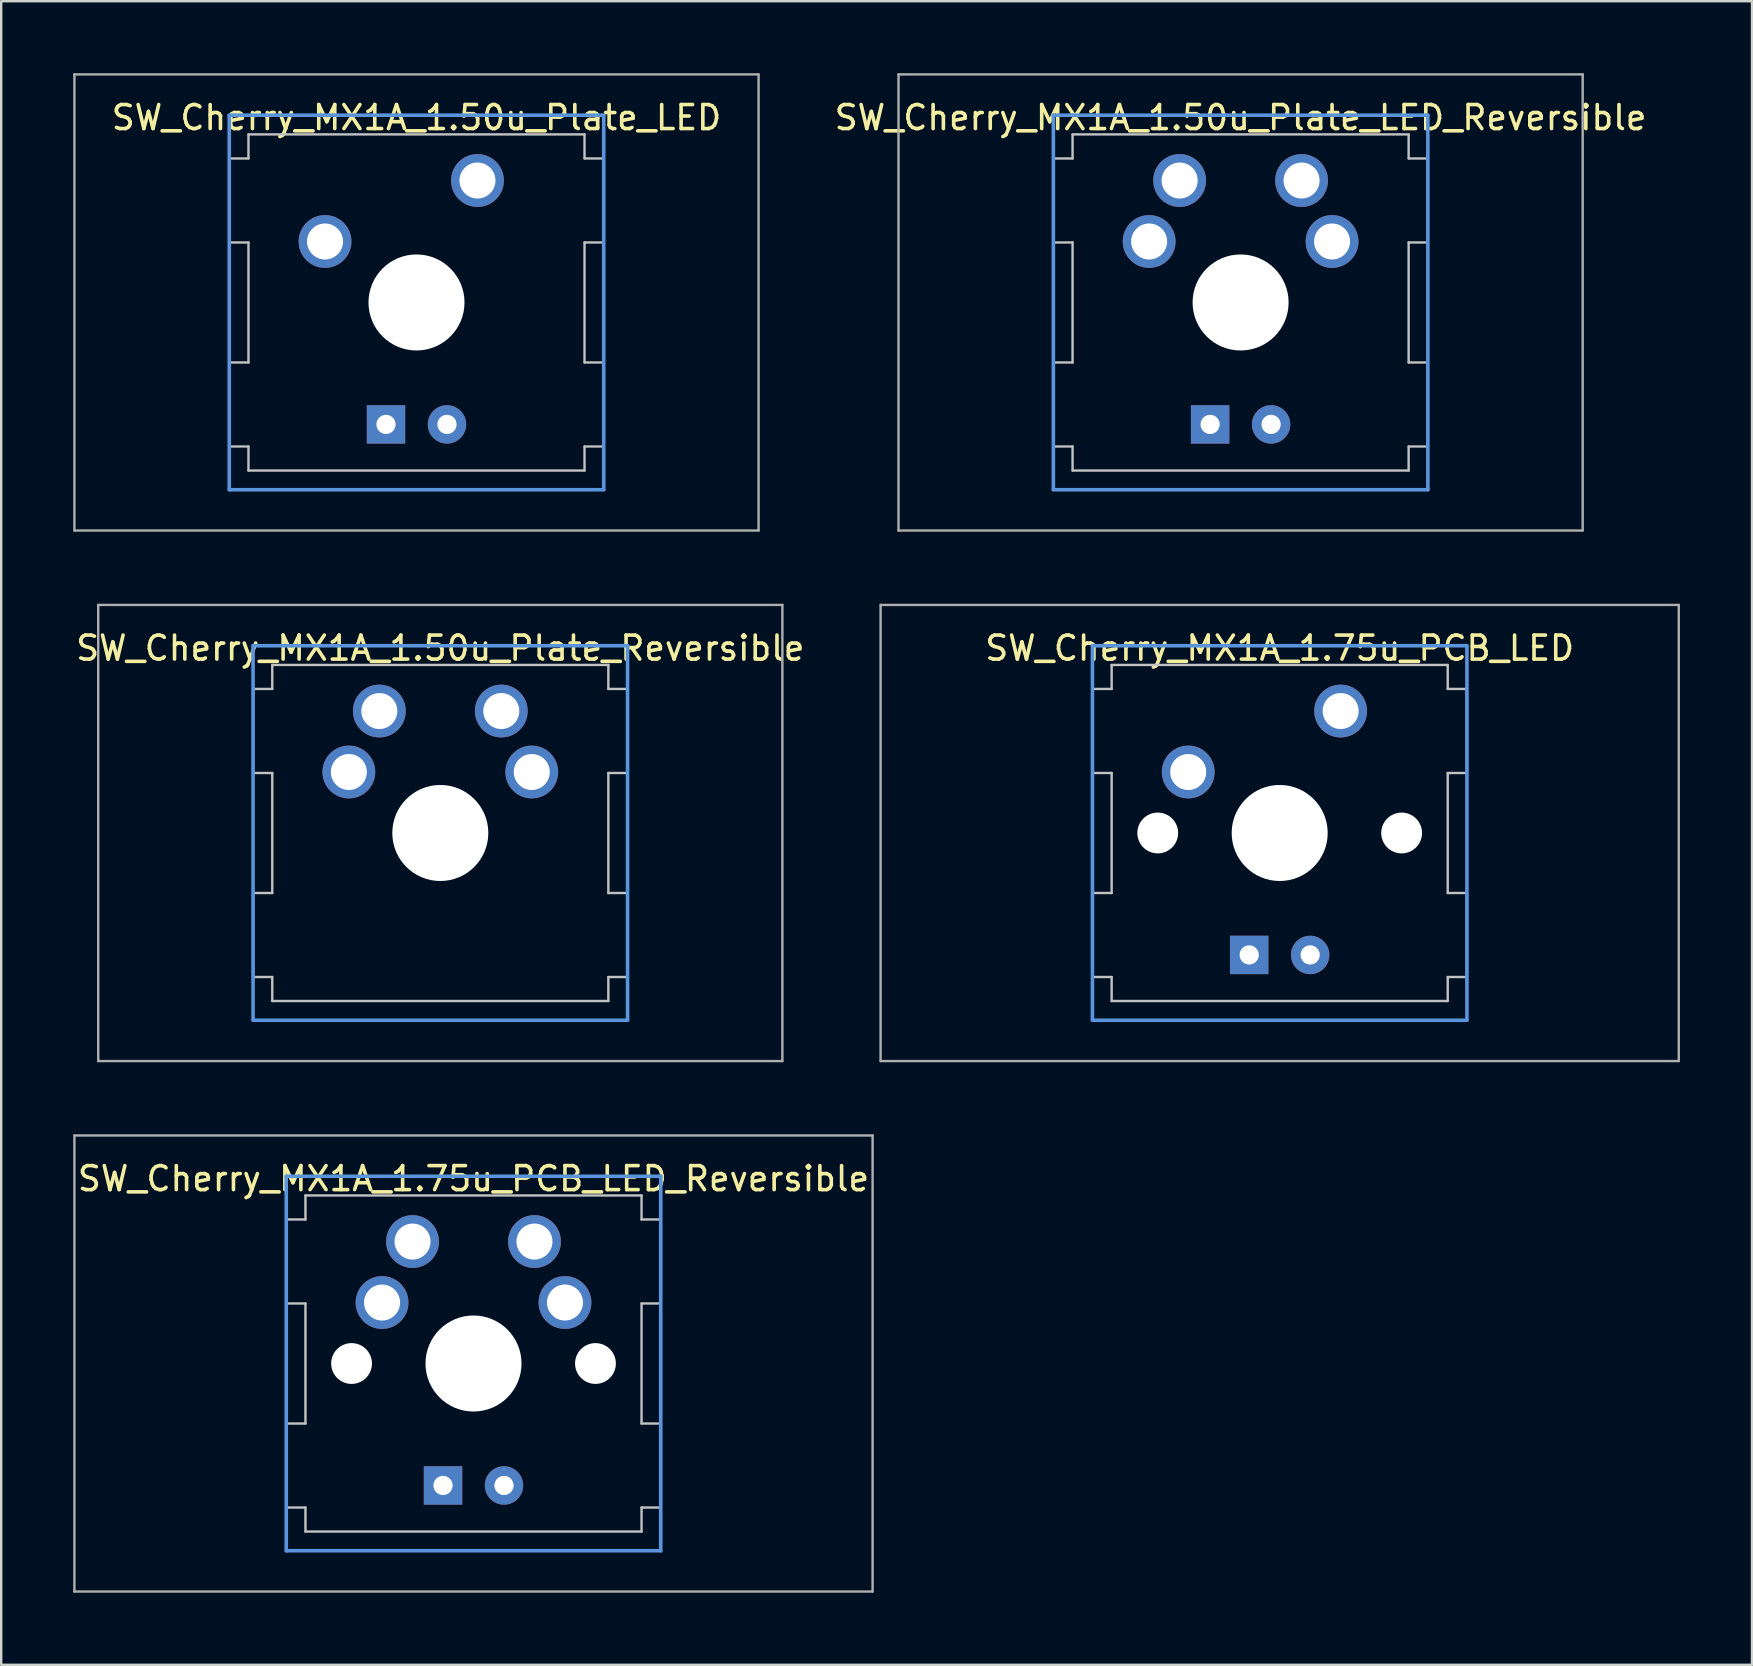
<source format=kicad_pcb>
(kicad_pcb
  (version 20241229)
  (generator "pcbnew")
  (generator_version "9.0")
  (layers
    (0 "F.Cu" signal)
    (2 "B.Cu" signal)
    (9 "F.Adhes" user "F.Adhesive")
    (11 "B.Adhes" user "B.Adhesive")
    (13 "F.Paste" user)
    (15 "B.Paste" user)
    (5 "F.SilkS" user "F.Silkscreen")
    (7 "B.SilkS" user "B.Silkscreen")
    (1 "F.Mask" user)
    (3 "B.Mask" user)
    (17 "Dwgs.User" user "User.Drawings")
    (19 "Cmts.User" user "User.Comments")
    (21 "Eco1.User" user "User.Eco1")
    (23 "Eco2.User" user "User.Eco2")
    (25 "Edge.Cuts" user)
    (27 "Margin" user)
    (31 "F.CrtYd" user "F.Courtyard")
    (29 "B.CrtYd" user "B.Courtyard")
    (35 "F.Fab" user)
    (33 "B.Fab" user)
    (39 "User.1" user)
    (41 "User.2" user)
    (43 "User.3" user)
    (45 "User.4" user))
  (footprint "SW_Cherry_MX1A_1.50u_Plate_LED"
    (layer "F.Cu")
    (at 14.3 9.55)
    (property "Reference" "SW_Cherry_MX1A_1.50u_Plate_LED" (at 0 -7.7 0) (layer "F.SilkS") (effects (font (size 1 1) (thickness 0.15))))
    (attr through_hole)
    (fp_line (start -7.8 -6) (end -7 -6) (stroke (width 0.1) (type solid)) (layer "Dwgs.User"))
    (fp_line (start -7.8 -2.5) (end -7.8 -6) (stroke (width 0.1) (type solid)) (layer "Dwgs.User"))
    (fp_line (start -7.8 -2.5) (end -7 -2.5) (stroke (width 0.1) (type solid)) (layer "Dwgs.User"))
    (fp_line (start -7.8 2.5) (end -7 2.5) (stroke (width 0.1) (type solid)) (layer "Dwgs.User"))
    (fp_line (start -7.8 6) (end -7.8 2.5) (stroke (width 0.1) (type solid)) (layer "Dwgs.User"))
    (fp_line (start -7.8 6) (end -7 6) (stroke (width 0.1) (type solid)) (layer "Dwgs.User"))
    (fp_line (start -7 -7) (end 7 -7) (stroke (width 0.1) (type solid)) (layer "Dwgs.User"))
    (fp_line (start -7 -6) (end -7 -7) (stroke (width 0.1) (type solid)) (layer "Dwgs.User"))
    (fp_line (start -7 -2.5) (end -7 2.5) (stroke (width 0.1) (type solid)) (layer "Dwgs.User"))
    (fp_line (start -7 7) (end -7 6) (stroke (width 0.1) (type solid)) (layer "Dwgs.User"))
    (fp_line (start -7 7) (end 7 7) (stroke (width 0.1) (type solid)) (layer "Dwgs.User"))
    (fp_line (start 7 -6) (end 7 -7) (stroke (width 0.1) (type solid)) (layer "Dwgs.User"))
    (fp_line (start 7 -6) (end 7.8 -6) (stroke (width 0.1) (type solid)) (layer "Dwgs.User"))
    (fp_line (start 7 -2.5) (end 7 2.5) (stroke (width 0.1) (type solid)) (layer "Dwgs.User"))
    (fp_line (start 7 -2.5) (end 7.8 -2.5) (stroke (width 0.1) (type solid)) (layer "Dwgs.User"))
    (fp_line (start 7 2.5) (end 7.8 2.5) (stroke (width 0.1) (type solid)) (layer "Dwgs.User"))
    (fp_line (start 7 6) (end 7.8 6) (stroke (width 0.1) (type solid)) (layer "Dwgs.User"))
    (fp_line (start 7 7) (end 7 6) (stroke (width 0.1) (type solid)) (layer "Dwgs.User"))
    (fp_line (start 7.8 -2.5) (end 7.8 -6) (stroke (width 0.1) (type solid)) (layer "Dwgs.User"))
    (fp_line (start 7.8 6) (end 7.8 2.5) (stroke (width 0.1) (type solid)) (layer "Dwgs.User"))
    (fp_line (start -7.8 -7.8) (end 7.8 -7.8) (stroke (width 0.15) (type solid)) (layer "Cmts.User"))
    (fp_line (start -7.8 7.8) (end -7.8 -7.8) (stroke (width 0.15) (type solid)) (layer "Cmts.User"))
    (fp_line (start 7.8 -7.8) (end 7.8 7.8) (stroke (width 0.15) (type solid)) (layer "Cmts.User"))
    (fp_line (start 7.8 7.8) (end -7.8 7.8) (stroke (width 0.15) (type solid)) (layer "Cmts.User"))
    (fp_line (start -14.25 -9.5) (end 14.25 -9.5) (stroke (width 0.1) (type solid)) (layer "F.Fab"))
    (fp_line (start -14.25 9.5) (end -14.25 -9.5) (stroke (width 0.1) (type solid)) (layer "F.Fab"))
    (fp_line (start 14.25 -9.5) (end 14.25 9.5) (stroke (width 0.1) (type solid)) (layer "F.Fab"))
    (fp_line (start 14.25 9.5) (end -14.25 9.5) (stroke (width 0.1) (type solid)) (layer "F.Fab"))
    (pad "" np_thru_hole circle (at 0 0) (size 4 4) (drill 4) (layers "*.Cu" "*.Mask"))
    (pad "1" thru_hole circle (at -3.81 -2.54) (size 2.2 2.2) (drill 1.5) (layers "*.Cu" "*.Mask"))
    (pad "2" thru_hole circle (at 2.54 -5.08) (size 2.2 2.2) (drill 1.5) (layers "*.Cu" "*.Mask"))
    (pad "3" thru_hole rect (at -1.27 5.08) (size 1.6 1.6) (drill 0.8) (layers "*.Cu" "*.Mask"))
    (pad "4" thru_hole circle (at 1.27 5.08) (size 1.6 1.6) (drill 0.8) (layers "*.Cu" "*.Mask")))
  (footprint "SW_Cherry_MX1A_1.75u_PCB_LED_Reversible"
    (layer "F.Cu")
    (at 16.675 53.75)
    (property "Reference" "SW_Cherry_MX1A_1.75u_PCB_LED_Reversible" (at 0 -7.7 0) (layer "F.SilkS") (effects (font (size 1 1) (thickness 0.15))))
    (attr through_hole)
    (fp_line (start -7.8 -6) (end -7 -6) (stroke (width 0.1) (type solid)) (layer "Dwgs.User"))
    (fp_line (start -7.8 -2.5) (end -7.8 -6) (stroke (width 0.1) (type solid)) (layer "Dwgs.User"))
    (fp_line (start -7.8 -2.5) (end -7 -2.5) (stroke (width 0.1) (type solid)) (layer "Dwgs.User"))
    (fp_line (start -7.8 2.5) (end -7 2.5) (stroke (width 0.1) (type solid)) (layer "Dwgs.User"))
    (fp_line (start -7.8 6) (end -7.8 2.5) (stroke (width 0.1) (type solid)) (layer "Dwgs.User"))
    (fp_line (start -7.8 6) (end -7 6) (stroke (width 0.1) (type solid)) (layer "Dwgs.User"))
    (fp_line (start -7 -7) (end 7 -7) (stroke (width 0.1) (type solid)) (layer "Dwgs.User"))
    (fp_line (start -7 -6) (end -7 -7) (stroke (width 0.1) (type solid)) (layer "Dwgs.User"))
    (fp_line (start -7 -2.5) (end -7 2.5) (stroke (width 0.1) (type solid)) (layer "Dwgs.User"))
    (fp_line (start -7 7) (end -7 6) (stroke (width 0.1) (type solid)) (layer "Dwgs.User"))
    (fp_line (start -7 7) (end 7 7) (stroke (width 0.1) (type solid)) (layer "Dwgs.User"))
    (fp_line (start 7 -6) (end 7 -7) (stroke (width 0.1) (type solid)) (layer "Dwgs.User"))
    (fp_line (start 7 -6) (end 7.8 -6) (stroke (width 0.1) (type solid)) (layer "Dwgs.User"))
    (fp_line (start 7 -2.5) (end 7 2.5) (stroke (width 0.1) (type solid)) (layer "Dwgs.User"))
    (fp_line (start 7 -2.5) (end 7.8 -2.5) (stroke (width 0.1) (type solid)) (layer "Dwgs.User"))
    (fp_line (start 7 2.5) (end 7.8 2.5) (stroke (width 0.1) (type solid)) (layer "Dwgs.User"))
    (fp_line (start 7 6) (end 7.8 6) (stroke (width 0.1) (type solid)) (layer "Dwgs.User"))
    (fp_line (start 7 7) (end 7 6) (stroke (width 0.1) (type solid)) (layer "Dwgs.User"))
    (fp_line (start 7.8 -2.5) (end 7.8 -6) (stroke (width 0.1) (type solid)) (layer "Dwgs.User"))
    (fp_line (start 7.8 6) (end 7.8 2.5) (stroke (width 0.1) (type solid)) (layer "Dwgs.User"))
    (fp_line (start -7.8 -7.8) (end 7.8 -7.8) (stroke (width 0.15) (type solid)) (layer "Cmts.User"))
    (fp_line (start -7.8 7.8) (end -7.8 -7.8) (stroke (width 0.15) (type solid)) (layer "Cmts.User"))
    (fp_line (start 7.8 -7.8) (end 7.8 7.8) (stroke (width 0.15) (type solid)) (layer "Cmts.User"))
    (fp_line (start 7.8 7.8) (end -7.8 7.8) (stroke (width 0.15) (type solid)) (layer "Cmts.User"))
    (fp_line (start -16.625 -9.5) (end 16.625 -9.5) (stroke (width 0.1) (type solid)) (layer "F.Fab"))
    (fp_line (start -16.625 9.5) (end -16.625 -9.5) (stroke (width 0.1) (type solid)) (layer "F.Fab"))
    (fp_line (start 16.625 -9.5) (end 16.625 9.5) (stroke (width 0.1) (type solid)) (layer "F.Fab"))
    (fp_line (start 16.625 9.5) (end -16.625 9.5) (stroke (width 0.1) (type solid)) (layer "F.Fab"))
    (pad "" np_thru_hole circle (at -5.08 0) (size 1.7 1.7) (drill 1.7) (layers "*.Cu" "*.Mask"))
    (pad "" np_thru_hole circle (at 0 0) (size 4 4) (drill 4) (layers "*.Cu" "*.Mask"))
    (pad "" np_thru_hole circle (at 5.08 0) (size 1.7 1.7) (drill 1.7) (layers "*.Cu" "*.Mask"))
    (pad "1" thru_hole circle (at -3.81 -2.54) (size 2.2 2.2) (drill 1.5) (layers "*.Cu" "*.Mask"))
    (pad "1" thru_hole circle (at -2.54 -5.08) (size 2.2 2.2) (drill 1.5) (layers "*.Cu" "*.Mask"))
    (pad "2" thru_hole circle (at 2.54 -5.08) (size 2.2 2.2) (drill 1.5) (layers "*.Cu" "*.Mask"))
    (pad "2" thru_hole circle (at 3.81 -2.54) (size 2.2 2.2) (drill 1.5) (layers "*.Cu" "*.Mask"))
    (pad "3" thru_hole rect (at -1.27 5.08) (size 1.6 1.6) (drill 0.8) (layers "*.Cu" "*.Mask"))
    (pad "4" thru_hole circle (at 1.27 5.08) (size 1.6 1.6) (drill 0.8) (layers "*.Cu" "*.Mask")))
  (footprint "SW_Cherry_MX1A_1.50u_Plate_Reversible"
    (layer "F.Cu")
    (at 15.292 31.65)
    (property "Reference" "SW_Cherry_MX1A_1.50u_Plate_Reversible" (at 0 -7.7 0) (layer "F.SilkS") (effects (font (size 1 1) (thickness 0.15))))
    (attr through_hole)
    (fp_line (start -7.8 -6) (end -7 -6) (stroke (width 0.1) (type solid)) (layer "Dwgs.User"))
    (fp_line (start -7.8 -2.5) (end -7.8 -6) (stroke (width 0.1) (type solid)) (layer "Dwgs.User"))
    (fp_line (start -7.8 -2.5) (end -7 -2.5) (stroke (width 0.1) (type solid)) (layer "Dwgs.User"))
    (fp_line (start -7.8 2.5) (end -7 2.5) (stroke (width 0.1) (type solid)) (layer "Dwgs.User"))
    (fp_line (start -7.8 6) (end -7.8 2.5) (stroke (width 0.1) (type solid)) (layer "Dwgs.User"))
    (fp_line (start -7.8 6) (end -7 6) (stroke (width 0.1) (type solid)) (layer "Dwgs.User"))
    (fp_line (start -7 -7) (end 7 -7) (stroke (width 0.1) (type solid)) (layer "Dwgs.User"))
    (fp_line (start -7 -6) (end -7 -7) (stroke (width 0.1) (type solid)) (layer "Dwgs.User"))
    (fp_line (start -7 -2.5) (end -7 2.5) (stroke (width 0.1) (type solid)) (layer "Dwgs.User"))
    (fp_line (start -7 7) (end -7 6) (stroke (width 0.1) (type solid)) (layer "Dwgs.User"))
    (fp_line (start -7 7) (end 7 7) (stroke (width 0.1) (type solid)) (layer "Dwgs.User"))
    (fp_line (start 7 -6) (end 7 -7) (stroke (width 0.1) (type solid)) (layer "Dwgs.User"))
    (fp_line (start 7 -6) (end 7.8 -6) (stroke (width 0.1) (type solid)) (layer "Dwgs.User"))
    (fp_line (start 7 -2.5) (end 7 2.5) (stroke (width 0.1) (type solid)) (layer "Dwgs.User"))
    (fp_line (start 7 -2.5) (end 7.8 -2.5) (stroke (width 0.1) (type solid)) (layer "Dwgs.User"))
    (fp_line (start 7 2.5) (end 7.8 2.5) (stroke (width 0.1) (type solid)) (layer "Dwgs.User"))
    (fp_line (start 7 6) (end 7.8 6) (stroke (width 0.1) (type solid)) (layer "Dwgs.User"))
    (fp_line (start 7 7) (end 7 6) (stroke (width 0.1) (type solid)) (layer "Dwgs.User"))
    (fp_line (start 7.8 -2.5) (end 7.8 -6) (stroke (width 0.1) (type solid)) (layer "Dwgs.User"))
    (fp_line (start 7.8 6) (end 7.8 2.5) (stroke (width 0.1) (type solid)) (layer "Dwgs.User"))
    (fp_line (start -7.8 -7.8) (end 7.8 -7.8) (stroke (width 0.15) (type solid)) (layer "Cmts.User"))
    (fp_line (start -7.8 7.8) (end -7.8 -7.8) (stroke (width 0.15) (type solid)) (layer "Cmts.User"))
    (fp_line (start 7.8 -7.8) (end 7.8 7.8) (stroke (width 0.15) (type solid)) (layer "Cmts.User"))
    (fp_line (start 7.8 7.8) (end -7.8 7.8) (stroke (width 0.15) (type solid)) (layer "Cmts.User"))
    (fp_line (start -14.25 -9.5) (end 14.25 -9.5) (stroke (width 0.1) (type solid)) (layer "F.Fab"))
    (fp_line (start -14.25 9.5) (end -14.25 -9.5) (stroke (width 0.1) (type solid)) (layer "F.Fab"))
    (fp_line (start 14.25 -9.5) (end 14.25 9.5) (stroke (width 0.1) (type solid)) (layer "F.Fab"))
    (fp_line (start 14.25 9.5) (end -14.25 9.5) (stroke (width 0.1) (type solid)) (layer "F.Fab"))
    (pad "" np_thru_hole circle (at 0 0) (size 4 4) (drill 4) (layers "*.Cu" "*.Mask"))
    (pad "1" thru_hole circle (at -3.81 -2.54) (size 2.2 2.2) (drill 1.5) (layers "*.Cu" "*.Mask"))
    (pad "1" thru_hole circle (at -2.54 -5.08) (size 2.2 2.2) (drill 1.5) (layers "*.Cu" "*.Mask"))
    (pad "2" thru_hole circle (at 2.54 -5.08) (size 2.2 2.2) (drill 1.5) (layers "*.Cu" "*.Mask"))
    (pad "2" thru_hole circle (at 3.81 -2.54) (size 2.2 2.2) (drill 1.5) (layers "*.Cu" "*.Mask")))
  (footprint "SW_Cherry_MX1A_1.75u_PCB_LED"
    (layer "F.Cu")
    (at 50.258 31.65)
    (property "Reference" "SW_Cherry_MX1A_1.75u_PCB_LED" (at 0 -7.7 0) (layer "F.SilkS") (effects (font (size 1 1) (thickness 0.15))))
    (attr through_hole)
    (fp_line (start -7.8 -6) (end -7 -6) (stroke (width 0.1) (type solid)) (layer "Dwgs.User"))
    (fp_line (start -7.8 -2.5) (end -7.8 -6) (stroke (width 0.1) (type solid)) (layer "Dwgs.User"))
    (fp_line (start -7.8 -2.5) (end -7 -2.5) (stroke (width 0.1) (type solid)) (layer "Dwgs.User"))
    (fp_line (start -7.8 2.5) (end -7 2.5) (stroke (width 0.1) (type solid)) (layer "Dwgs.User"))
    (fp_line (start -7.8 6) (end -7.8 2.5) (stroke (width 0.1) (type solid)) (layer "Dwgs.User"))
    (fp_line (start -7.8 6) (end -7 6) (stroke (width 0.1) (type solid)) (layer "Dwgs.User"))
    (fp_line (start -7 -7) (end 7 -7) (stroke (width 0.1) (type solid)) (layer "Dwgs.User"))
    (fp_line (start -7 -6) (end -7 -7) (stroke (width 0.1) (type solid)) (layer "Dwgs.User"))
    (fp_line (start -7 -2.5) (end -7 2.5) (stroke (width 0.1) (type solid)) (layer "Dwgs.User"))
    (fp_line (start -7 7) (end -7 6) (stroke (width 0.1) (type solid)) (layer "Dwgs.User"))
    (fp_line (start -7 7) (end 7 7) (stroke (width 0.1) (type solid)) (layer "Dwgs.User"))
    (fp_line (start 7 -6) (end 7 -7) (stroke (width 0.1) (type solid)) (layer "Dwgs.User"))
    (fp_line (start 7 -6) (end 7.8 -6) (stroke (width 0.1) (type solid)) (layer "Dwgs.User"))
    (fp_line (start 7 -2.5) (end 7 2.5) (stroke (width 0.1) (type solid)) (layer "Dwgs.User"))
    (fp_line (start 7 -2.5) (end 7.8 -2.5) (stroke (width 0.1) (type solid)) (layer "Dwgs.User"))
    (fp_line (start 7 2.5) (end 7.8 2.5) (stroke (width 0.1) (type solid)) (layer "Dwgs.User"))
    (fp_line (start 7 6) (end 7.8 6) (stroke (width 0.1) (type solid)) (layer "Dwgs.User"))
    (fp_line (start 7 7) (end 7 6) (stroke (width 0.1) (type solid)) (layer "Dwgs.User"))
    (fp_line (start 7.8 -2.5) (end 7.8 -6) (stroke (width 0.1) (type solid)) (layer "Dwgs.User"))
    (fp_line (start 7.8 6) (end 7.8 2.5) (stroke (width 0.1) (type solid)) (layer "Dwgs.User"))
    (fp_line (start -7.8 -7.8) (end 7.8 -7.8) (stroke (width 0.15) (type solid)) (layer "Cmts.User"))
    (fp_line (start -7.8 7.8) (end -7.8 -7.8) (stroke (width 0.15) (type solid)) (layer "Cmts.User"))
    (fp_line (start 7.8 -7.8) (end 7.8 7.8) (stroke (width 0.15) (type solid)) (layer "Cmts.User"))
    (fp_line (start 7.8 7.8) (end -7.8 7.8) (stroke (width 0.15) (type solid)) (layer "Cmts.User"))
    (fp_line (start -16.625 -9.5) (end 16.625 -9.5) (stroke (width 0.1) (type solid)) (layer "F.Fab"))
    (fp_line (start -16.625 9.5) (end -16.625 -9.5) (stroke (width 0.1) (type solid)) (layer "F.Fab"))
    (fp_line (start 16.625 -9.5) (end 16.625 9.5) (stroke (width 0.1) (type solid)) (layer "F.Fab"))
    (fp_line (start 16.625 9.5) (end -16.625 9.5) (stroke (width 0.1) (type solid)) (layer "F.Fab"))
    (pad "" np_thru_hole circle (at -5.08 0) (size 1.7 1.7) (drill 1.7) (layers "*.Cu" "*.Mask"))
    (pad "" np_thru_hole circle (at 0 0) (size 4 4) (drill 4) (layers "*.Cu" "*.Mask"))
    (pad "" np_thru_hole circle (at 5.08 0) (size 1.7 1.7) (drill 1.7) (layers "*.Cu" "*.Mask"))
    (pad "1" thru_hole circle (at -3.81 -2.54) (size 2.2 2.2) (drill 1.5) (layers "*.Cu" "*.Mask"))
    (pad "2" thru_hole circle (at 2.54 -5.08) (size 2.2 2.2) (drill 1.5) (layers "*.Cu" "*.Mask"))
    (pad "3" thru_hole rect (at -1.27 5.08) (size 1.6 1.6) (drill 0.8) (layers "*.Cu" "*.Mask"))
    (pad "4" thru_hole circle (at 1.27 5.08) (size 1.6 1.6) (drill 0.8) (layers "*.Cu" "*.Mask")))
  (footprint "SW_Cherry_MX1A_1.50u_Plate_LED_Reversible"
    (layer "F.Cu")
    (at 48.63 9.55)
    (property "Reference" "SW_Cherry_MX1A_1.50u_Plate_LED_Reversible" (at 0 -7.7 0) (layer "F.SilkS") (effects (font (size 1 1) (thickness 0.15))))
    (attr through_hole)
    (fp_line (start -7.8 -6) (end -7 -6) (stroke (width 0.1) (type solid)) (layer "Dwgs.User"))
    (fp_line (start -7.8 -2.5) (end -7.8 -6) (stroke (width 0.1) (type solid)) (layer "Dwgs.User"))
    (fp_line (start -7.8 -2.5) (end -7 -2.5) (stroke (width 0.1) (type solid)) (layer "Dwgs.User"))
    (fp_line (start -7.8 2.5) (end -7 2.5) (stroke (width 0.1) (type solid)) (layer "Dwgs.User"))
    (fp_line (start -7.8 6) (end -7.8 2.5) (stroke (width 0.1) (type solid)) (layer "Dwgs.User"))
    (fp_line (start -7.8 6) (end -7 6) (stroke (width 0.1) (type solid)) (layer "Dwgs.User"))
    (fp_line (start -7 -7) (end 7 -7) (stroke (width 0.1) (type solid)) (layer "Dwgs.User"))
    (fp_line (start -7 -6) (end -7 -7) (stroke (width 0.1) (type solid)) (layer "Dwgs.User"))
    (fp_line (start -7 -2.5) (end -7 2.5) (stroke (width 0.1) (type solid)) (layer "Dwgs.User"))
    (fp_line (start -7 7) (end -7 6) (stroke (width 0.1) (type solid)) (layer "Dwgs.User"))
    (fp_line (start -7 7) (end 7 7) (stroke (width 0.1) (type solid)) (layer "Dwgs.User"))
    (fp_line (start 7 -6) (end 7 -7) (stroke (width 0.1) (type solid)) (layer "Dwgs.User"))
    (fp_line (start 7 -6) (end 7.8 -6) (stroke (width 0.1) (type solid)) (layer "Dwgs.User"))
    (fp_line (start 7 -2.5) (end 7 2.5) (stroke (width 0.1) (type solid)) (layer "Dwgs.User"))
    (fp_line (start 7 -2.5) (end 7.8 -2.5) (stroke (width 0.1) (type solid)) (layer "Dwgs.User"))
    (fp_line (start 7 2.5) (end 7.8 2.5) (stroke (width 0.1) (type solid)) (layer "Dwgs.User"))
    (fp_line (start 7 6) (end 7.8 6) (stroke (width 0.1) (type solid)) (layer "Dwgs.User"))
    (fp_line (start 7 7) (end 7 6) (stroke (width 0.1) (type solid)) (layer "Dwgs.User"))
    (fp_line (start 7.8 -2.5) (end 7.8 -6) (stroke (width 0.1) (type solid)) (layer "Dwgs.User"))
    (fp_line (start 7.8 6) (end 7.8 2.5) (stroke (width 0.1) (type solid)) (layer "Dwgs.User"))
    (fp_line (start -7.8 -7.8) (end 7.8 -7.8) (stroke (width 0.15) (type solid)) (layer "Cmts.User"))
    (fp_line (start -7.8 7.8) (end -7.8 -7.8) (stroke (width 0.15) (type solid)) (layer "Cmts.User"))
    (fp_line (start 7.8 -7.8) (end 7.8 7.8) (stroke (width 0.15) (type solid)) (layer "Cmts.User"))
    (fp_line (start 7.8 7.8) (end -7.8 7.8) (stroke (width 0.15) (type solid)) (layer "Cmts.User"))
    (fp_line (start -14.25 -9.5) (end 14.25 -9.5) (stroke (width 0.1) (type solid)) (layer "F.Fab"))
    (fp_line (start -14.25 9.5) (end -14.25 -9.5) (stroke (width 0.1) (type solid)) (layer "F.Fab"))
    (fp_line (start 14.25 -9.5) (end 14.25 9.5) (stroke (width 0.1) (type solid)) (layer "F.Fab"))
    (fp_line (start 14.25 9.5) (end -14.25 9.5) (stroke (width 0.1) (type solid)) (layer "F.Fab"))
    (pad "" np_thru_hole circle (at 0 0) (size 4 4) (drill 4) (layers "*.Cu" "*.Mask"))
    (pad "1" thru_hole circle (at -3.81 -2.54) (size 2.2 2.2) (drill 1.5) (layers "*.Cu" "*.Mask"))
    (pad "1" thru_hole circle (at -2.54 -5.08) (size 2.2 2.2) (drill 1.5) (layers "*.Cu" "*.Mask"))
    (pad "2" thru_hole circle (at 2.54 -5.08) (size 2.2 2.2) (drill 1.5) (layers "*.Cu" "*.Mask"))
    (pad "2" thru_hole circle (at 3.81 -2.54) (size 2.2 2.2) (drill 1.5) (layers "*.Cu" "*.Mask"))
    (pad "3" thru_hole rect (at -1.27 5.08) (size 1.6 1.6) (drill 0.8) (layers "*.Cu" "*.Mask"))
    (pad "4" thru_hole circle (at 1.27 5.08) (size 1.6 1.6) (drill 0.8) (layers "*.Cu" "*.Mask")))
  (gr_rect
    (start -3 -3)
    (end 69.933 66.3)
    (stroke (width 0.1) (type default))
    (fill no)
    (layer "Edge.Cuts")))
</source>
